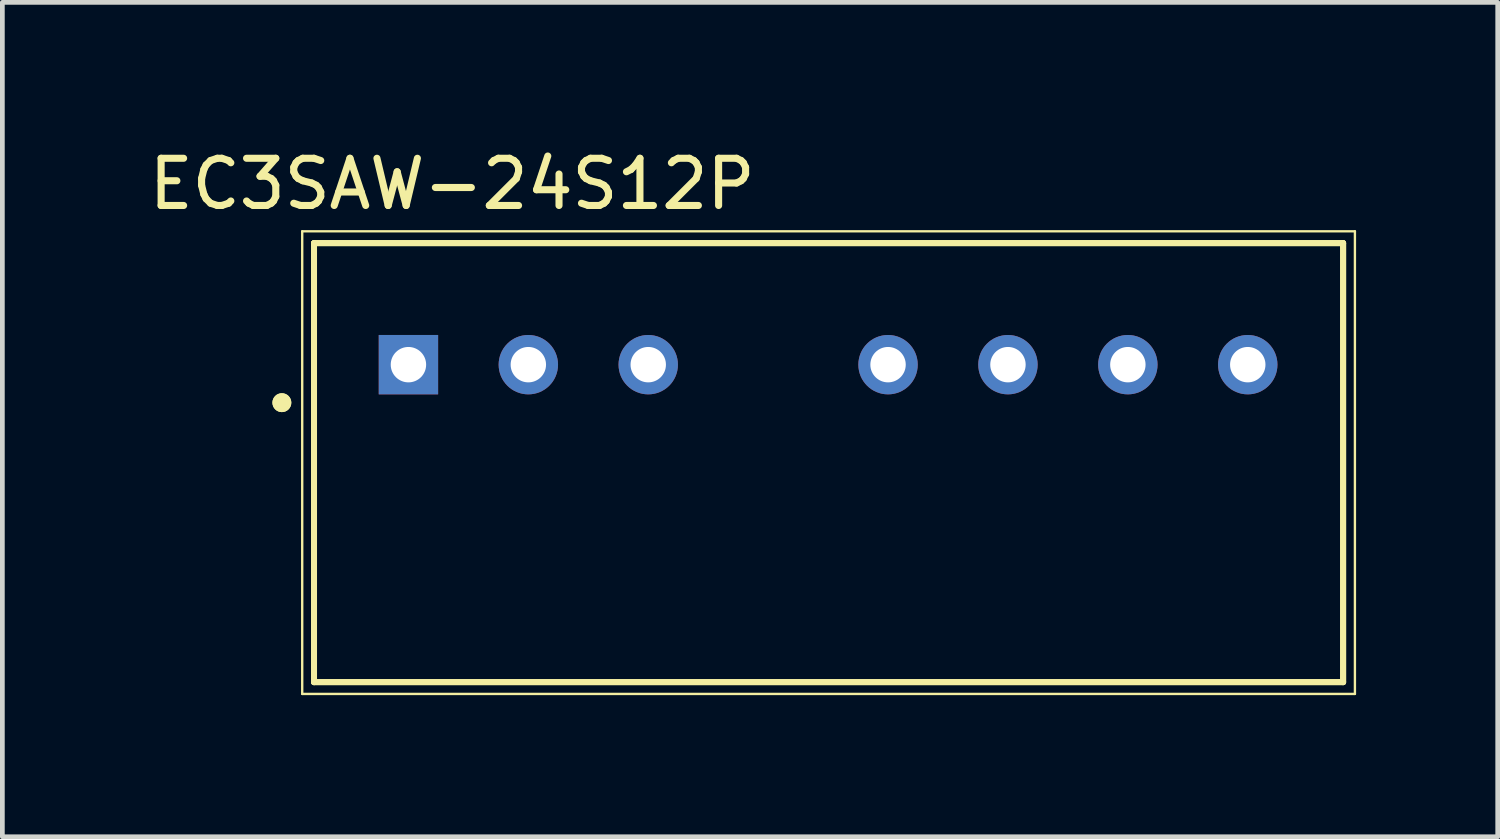
<source format=kicad_pcb>
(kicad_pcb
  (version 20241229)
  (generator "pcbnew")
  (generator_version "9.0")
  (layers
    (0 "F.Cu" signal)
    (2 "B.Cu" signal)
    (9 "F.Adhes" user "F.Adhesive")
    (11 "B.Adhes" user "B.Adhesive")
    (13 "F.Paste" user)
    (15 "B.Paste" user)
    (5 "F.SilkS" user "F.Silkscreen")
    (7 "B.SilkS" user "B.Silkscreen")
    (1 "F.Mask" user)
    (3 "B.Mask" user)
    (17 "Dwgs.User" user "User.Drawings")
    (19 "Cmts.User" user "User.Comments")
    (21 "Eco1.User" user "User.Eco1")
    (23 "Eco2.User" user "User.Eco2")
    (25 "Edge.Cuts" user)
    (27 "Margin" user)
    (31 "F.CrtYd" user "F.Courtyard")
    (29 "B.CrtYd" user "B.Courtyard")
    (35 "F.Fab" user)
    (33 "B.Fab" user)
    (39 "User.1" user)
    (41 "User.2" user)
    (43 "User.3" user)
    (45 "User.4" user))
  (footprint "EC3SAW-24S12P"
    (layer "F.Cu")
    (at 14.502 6.75)
    (property "Reference" "EC3SAW-24S12P" (at -7.972 -5.902 0) (layer "F.SilkS") (effects (font (size 1 1) (thickness 0.15))))
    (attr through_hole)
    (fp_line (start -11.15 4.9) (end -11.15 -4.9) (stroke (width 0.05) (type solid)) (layer "F.SilkS"))
    (fp_line (start -10.9 4.65) (end -10.9 -4.65) (stroke (width 0.127) (type solid)) (layer "F.SilkS"))
    (fp_line (start -10.9 4.65) (end -10.9 -4.65) (stroke (width 0.127) (type solid)) (layer "F.SilkS"))
    (fp_line (start 10.9 -4.65) (end -10.9 -4.65) (stroke (width 0.127) (type solid)) (layer "F.SilkS"))
    (fp_line (start 10.9 -4.65) (end -10.9 -4.65) (stroke (width 0.127) (type solid)) (layer "F.SilkS"))
    (fp_line (start 10.9 4.65) (end -10.9 4.65) (stroke (width 0.127) (type solid)) (layer "F.SilkS"))
    (fp_line (start 10.9 4.65) (end -10.9 4.65) (stroke (width 0.127) (type solid)) (layer "F.SilkS"))
    (fp_line (start 10.9 4.65) (end 10.9 -4.65) (stroke (width 0.127) (type solid)) (layer "F.SilkS"))
    (fp_line (start 10.9 4.65) (end 10.9 -4.65) (stroke (width 0.127) (type solid)) (layer "F.SilkS"))
    (fp_line (start 11.15 -4.9) (end -11.15 -4.9) (stroke (width 0.05) (type solid)) (layer "F.SilkS"))
    (fp_line (start 11.15 4.9) (end -11.15 4.9) (stroke (width 0.05) (type solid)) (layer "F.SilkS"))
    (fp_line (start 11.15 4.9) (end 11.15 -4.9) (stroke (width 0.05) (type solid)) (layer "F.SilkS"))
    (fp_circle (center -11.581 -1.27) (end -11.481 -1.27) (stroke (width 0.2) (type solid)) (fill no) (layer "F.SilkS"))
    (fp_circle (center -11.581 -1.27) (end -11.481 -1.27) (stroke (width 0.2) (type solid)) (fill no) (layer "F.SilkS"))
    (pad "1" thru_hole rect (at -8.9 -2.075) (size 1.258 1.258) (drill 0.75) (layers "*.Cu" "*.Mask"))
    (pad "2" thru_hole circle (at -6.36 -2.075) (size 1.258 1.258) (drill 0.75) (layers "*.Cu" "*.Mask"))
    (pad "3" thru_hole circle (at -3.82 -2.075) (size 1.258 1.258) (drill 0.75) (layers "*.Cu" "*.Mask"))
    (pad "5" thru_hole circle (at 1.26 -2.075) (size 1.258 1.258) (drill 0.75) (layers "*.Cu" "*.Mask"))
    (pad "6" thru_hole circle (at 3.8 -2.075) (size 1.258 1.258) (drill 0.75) (layers "*.Cu" "*.Mask"))
    (pad "7" thru_hole circle (at 6.34 -2.075) (size 1.258 1.258) (drill 0.75) (layers "*.Cu" "*.Mask"))
    (pad "8" thru_hole circle (at 8.88 -2.075) (size 1.258 1.258) (drill 0.75) (layers "*.Cu" "*.Mask")))
  (gr_rect
    (start -3 -3)
    (end 28.677 14.675)
    (stroke (width 0.1) (type default))
    (fill no)
    (layer "Edge.Cuts")))
</source>
